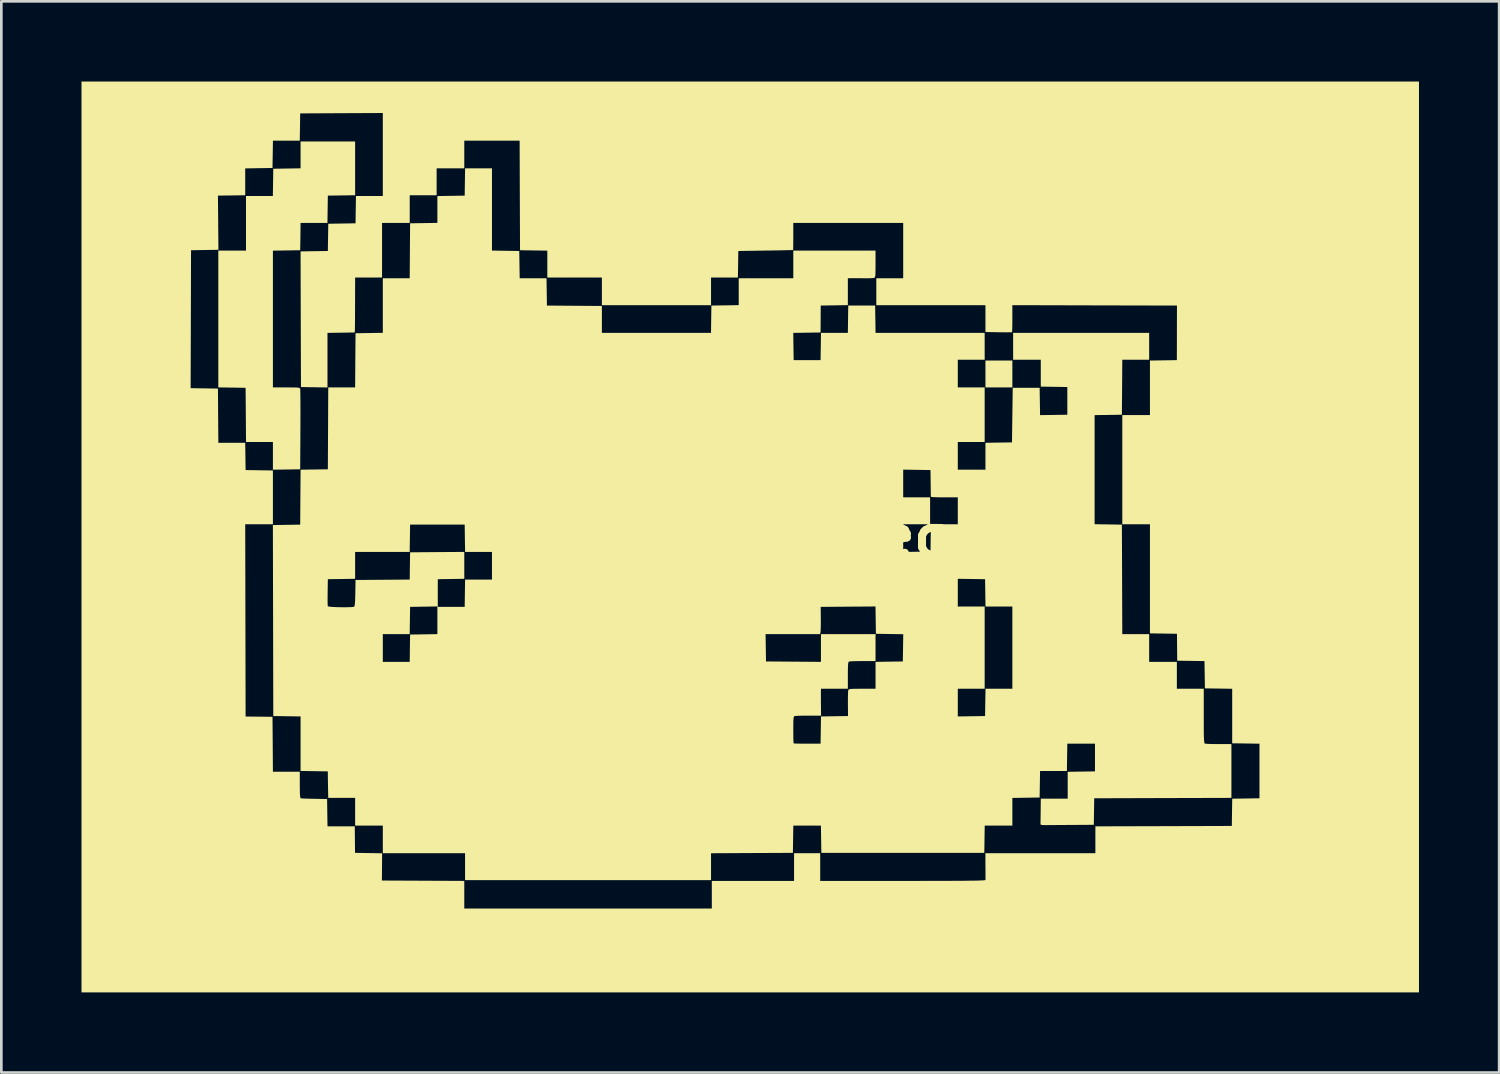
<source format=kicad_pcb>
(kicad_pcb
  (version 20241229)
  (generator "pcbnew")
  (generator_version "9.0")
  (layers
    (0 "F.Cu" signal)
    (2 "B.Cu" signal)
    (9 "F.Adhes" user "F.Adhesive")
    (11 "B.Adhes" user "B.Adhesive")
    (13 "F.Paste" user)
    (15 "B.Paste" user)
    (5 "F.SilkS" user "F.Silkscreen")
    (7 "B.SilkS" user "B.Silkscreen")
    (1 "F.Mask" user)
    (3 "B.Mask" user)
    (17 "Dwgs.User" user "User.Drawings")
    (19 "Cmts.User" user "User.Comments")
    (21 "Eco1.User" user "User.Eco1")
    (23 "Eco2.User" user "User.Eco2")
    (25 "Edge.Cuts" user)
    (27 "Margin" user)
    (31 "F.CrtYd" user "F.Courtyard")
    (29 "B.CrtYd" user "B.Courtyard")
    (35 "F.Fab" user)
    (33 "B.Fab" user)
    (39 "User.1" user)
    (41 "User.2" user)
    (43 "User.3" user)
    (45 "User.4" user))
  (footprint "cat-two-neg"
    (layer "F.Cu")
    (at 25.026 17.029)
    (property "Reference" "cat-two-neg" (at 0 0 0) (layer "F.SilkS") (effects (font (size 1.5 1.5) (thickness 0.3))))
    (attr board_only exclude_from_pos_files exclude_from_bom)
    (fp_poly (pts (xy 9.809 -6.084) (xy 9.809 -5.581) (xy 9.306 -5.581) (xy 8.802 -5.581) (xy 8.802 -6.084) (xy 8.802 -6.587) (xy 9.306 -6.587) (xy 9.809 -6.587)) (stroke (width 0) (type solid)) (fill yes) (layer "F.SilkS"))
    (fp_poly (pts (xy -14.786 -13.779) (xy -14.786 -12.773) (xy -15.296 -12.765) (xy -15.807 -12.758) (xy -15.815 -12.247) (xy -15.822 -11.736) (xy -16.324 -11.736) (xy -16.827 -11.736) (xy -16.834 -11.226) (xy -16.842 -10.715) (xy -17.353 -10.707) (xy -17.863 -10.699) (xy -17.863 -8.14) (xy -17.863 -5.581) (xy -17.361 -5.581) (xy -17.18 -5.58) (xy -17.048 -5.579) (xy -16.958 -5.576) (xy -16.9 -5.569) (xy -16.867 -5.558) (xy -16.851 -5.542) (xy -16.843 -5.52) (xy -16.842 -5.516) (xy -16.839 -5.475) (xy -16.837 -5.382) (xy -16.835 -5.244) (xy -16.833 -5.065) (xy -16.833 -4.851) (xy -16.832 -4.608) (xy -16.833 -4.342) (xy -16.834 -4.059) (xy -16.834 -3.984) (xy -16.842 -2.517) (xy -17.353 -2.509) (xy -17.863 -2.501) (xy -17.863 -3.02) (xy -17.863 -3.538) (xy -18.366 -3.538) (xy -18.869 -3.538) (xy -18.877 -4.552) (xy -18.885 -5.566) (xy -19.395 -5.574) (xy -19.906 -5.582) (xy -19.906 -8.141) (xy -19.906 -10.701) (xy -19.388 -10.701) (xy -18.87 -10.701) (xy -18.87 -11.722) (xy -18.87 -12.743) (xy -18.367 -12.743) (xy -17.865 -12.743) (xy -17.857 -13.254) (xy -17.849 -13.764) (xy -17.338 -13.772) (xy -16.828 -13.78) (xy -16.828 -14.283) (xy -16.828 -14.786) (xy -15.807 -14.786) (xy -14.786 -14.786)) (stroke (width 0) (type solid)) (fill yes) (layer "F.SilkS"))
    (fp_poly (pts (xy 25.026 0.014) (xy 25.026 17.058) (xy 0 17.058) (xy -25.026 17.058) (xy -25.026 0.014) (xy -25.026 -5.553) (xy -20.942 -5.553) (xy -20.431 -5.545) (xy -19.92 -5.537) (xy -19.913 -4.523) (xy -19.905 -3.509) (xy -19.403 -3.509) (xy -18.9 -3.509) (xy -18.892 -2.999) (xy -18.885 -2.488) (xy -18.374 -2.48) (xy -17.863 -2.473) (xy -17.863 -1.466) (xy -17.863 -0.46) (xy -18.381 -0.46) (xy -18.899 -0.46) (xy -18.892 3.137) (xy -18.885 6.735) (xy -18.381 6.74) (xy -17.878 6.746) (xy -17.87 7.774) (xy -17.863 8.802) (xy -17.36 8.802) (xy -16.857 8.802) (xy -16.857 9.292) (xy -16.855 9.484) (xy -16.852 9.625) (xy -16.845 9.72) (xy -16.835 9.774) (xy -16.821 9.795) (xy -16.781 9.8) (xy -16.694 9.804) (xy -16.571 9.809) (xy -16.421 9.813) (xy -16.31 9.815) (xy -15.835 9.823) (xy -15.828 10.334) (xy -15.82 10.845) (xy -15.31 10.845) (xy -14.799 10.845) (xy -14.795 11.341) (xy -14.79 11.837) (xy -14.283 11.845) (xy -13.776 11.853) (xy -13.78 12.363) (xy -13.784 12.873) (xy -12.242 12.88) (xy -10.701 12.887) (xy -10.701 13.405) (xy -10.701 13.922) (xy -6.07 13.922) (xy -1.438 13.922) (xy -1.438 13.405) (xy -1.438 12.887) (xy 0.101 12.887) (xy 1.64 12.887) (xy 1.64 12.369) (xy 1.64 11.851) (xy 2.129 11.851) (xy 2.618 11.851) (xy 2.618 12.369) (xy 2.618 12.887) (xy 5.71 12.887) (xy 6.217 12.887) (xy 6.669 12.886) (xy 7.068 12.886) (xy 7.419 12.885) (xy 7.723 12.883) (xy 7.982 12.882) (xy 8.201 12.879) (xy 8.381 12.877) (xy 8.525 12.874) (xy 8.636 12.87) (xy 8.716 12.866) (xy 8.769 12.861) (xy 8.797 12.856) (xy 8.804 12.851) (xy 8.804 12.811) (xy 8.804 12.725) (xy 8.803 12.601) (xy 8.803 12.451) (xy 8.802 12.333) (xy 8.8 11.851) (xy 10.858 11.851) (xy 12.916 11.851) (xy 12.916 11.348) (xy 12.916 10.845) (xy 15.469 10.838) (xy 18.022 10.83) (xy 18.029 10.32) (xy 18.037 9.81) (xy 18.547 9.803) (xy 19.057 9.795) (xy 19.057 8.774) (xy 19.057 7.752) (xy 18.547 7.744) (xy 18.036 7.737) (xy 18.036 6.717) (xy 18.036 5.697) (xy 17.525 5.689) (xy 17.015 5.681) (xy 17.007 5.171) (xy 16.999 4.661) (xy 16.489 4.653) (xy 15.979 4.646) (xy 15.974 4.142) (xy 15.969 3.639) (xy 15.463 3.631) (xy 14.958 3.623) (xy 14.958 1.581) (xy 14.958 -0.46) (xy 14.44 -0.46) (xy 13.923 -0.46) (xy 13.923 -2.503) (xy 13.923 -4.545) (xy 14.44 -4.545) (xy 14.958 -4.545) (xy 14.958 -5.565) (xy 14.958 -6.586) (xy 15.462 -6.594) (xy 15.965 -6.602) (xy 15.967 -7.623) (xy 15.969 -8.644) (xy 12.889 -8.651) (xy 9.809 -8.659) (xy 9.809 -8.16) (xy 9.808 -7.997) (xy 9.807 -7.855) (xy 9.804 -7.743) (xy 9.8 -7.671) (xy 9.797 -7.649) (xy 9.766 -7.646) (xy 9.687 -7.644) (xy 9.569 -7.643) (xy 9.423 -7.644) (xy 9.294 -7.646) (xy 8.802 -7.654) (xy 8.802 -8.156) (xy 8.802 -8.658) (xy 6.76 -8.658) (xy 4.718 -8.658) (xy 4.718 -9.162) (xy 4.718 -9.665) (xy 5.221 -9.665) (xy 5.724 -9.665) (xy 5.724 -10.701) (xy 5.724 -11.736) (xy 3.668 -11.736) (xy 1.611 -11.736) (xy 1.611 -11.233) (xy 1.61 -11.069) (xy 1.609 -10.927) (xy 1.608 -10.816) (xy 1.606 -10.745) (xy 1.604 -10.723) (xy 1.574 -10.721) (xy 1.494 -10.719) (xy 1.369 -10.716) (xy 1.206 -10.712) (xy 1.012 -10.709) (xy 0.793 -10.705) (xy 0.575 -10.702) (xy -0.446 -10.686) (xy -0.454 -10.19) (xy -0.462 -9.694) (xy -0.964 -9.694) (xy -1.467 -9.694) (xy -1.467 -9.176) (xy -1.467 -8.658) (xy -3.509 -8.658) (xy -5.552 -8.658) (xy -5.552 -9.176) (xy -5.552 -9.694) (xy -6.573 -9.694) (xy -7.594 -9.694) (xy -7.594 -10.197) (xy -7.594 -10.699) (xy -8.105 -10.707) (xy -8.615 -10.715) (xy -8.623 -12.765) (xy -8.63 -14.814) (xy -9.665 -14.814) (xy -10.701 -14.814) (xy -10.701 -14.296) (xy -10.701 -13.779) (xy -11.219 -13.779) (xy -11.736 -13.779) (xy -11.736 -13.275) (xy -11.736 -12.772) (xy -12.24 -12.772) (xy -12.743 -12.772) (xy -12.743 -12.254) (xy -12.743 -11.736) (xy -13.261 -11.736) (xy -13.779 -11.736) (xy -13.779 -10.715) (xy -13.779 -9.694) (xy -14.282 -9.694) (xy -14.786 -9.694) (xy -14.788 -8.738) (xy -14.789 -8.506) (xy -14.79 -8.289) (xy -14.791 -8.097) (xy -14.792 -7.935) (xy -14.794 -7.811) (xy -14.795 -7.732) (xy -14.796 -7.709) (xy -14.8 -7.637) (xy -15.31 -7.629) (xy -15.821 -7.622) (xy -15.821 -6.6) (xy -15.821 -5.579) (xy -16.317 -5.587) (xy -16.813 -5.595) (xy -16.821 -8.133) (xy -16.828 -10.671) (xy -16.317 -10.679) (xy -15.807 -10.686) (xy -15.799 -11.196) (xy -15.791 -11.706) (xy -15.281 -11.714) (xy -14.771 -11.722) (xy -14.763 -12.233) (xy -14.755 -12.743) (xy -14.253 -12.743) (xy -13.75 -12.743) (xy -13.75 -14.297) (xy -13.75 -15.85) (xy -15.296 -15.843) (xy -16.842 -15.835) (xy -16.85 -15.325) (xy -16.858 -14.814) (xy -17.36 -14.814) (xy -17.862 -14.814) (xy -17.87 -14.304) (xy -17.878 -13.793) (xy -18.388 -13.785) (xy -18.899 -13.777) (xy -18.899 -13.275) (xy -18.899 -12.773) (xy -19.41 -12.765) (xy -19.92 -12.758) (xy -19.911 -11.744) (xy -19.902 -10.731) (xy -20.414 -10.723) (xy -20.927 -10.715) (xy -20.934 -8.134) (xy -20.942 -5.553) (xy -25.026 -5.553) (xy -25.026 -17.029) (xy 0 -17.029) (xy 25.026 -17.029)) (stroke (width 0) (type solid)) (fill yes) (layer "F.SilkS"))
    (fp_poly (pts (xy -9.665 -12.24) (xy -9.665 -10.702) (xy -9.155 -10.694) (xy -8.644 -10.686) (xy -8.636 -10.176) (xy -8.628 -9.665) (xy -8.126 -9.665) (xy -7.624 -9.665) (xy -7.616 -9.155) (xy -7.608 -8.644) (xy -6.58 -8.636) (xy -5.552 -8.629) (xy -5.552 -8.126) (xy -5.552 -7.623) (xy -3.51 -7.623) (xy -1.468 -7.623) (xy -1.461 -8.133) (xy -1.453 -8.644) (xy -0.942 -8.652) (xy -0.431 -8.66) (xy -0.431 -9.162) (xy -0.431 -9.665) (xy 0.59 -9.665) (xy 1.611 -9.665) (xy 1.611 -10.183) (xy 1.611 -10.701) (xy 3.15 -10.701) (xy 4.689 -10.701) (xy 4.689 -10.199) (xy 4.688 -10.018) (xy 4.687 -9.887) (xy 4.683 -9.796) (xy 4.676 -9.738) (xy 4.665 -9.705) (xy 4.65 -9.688) (xy 4.629 -9.679) (xy 4.578 -9.672) (xy 4.483 -9.667) (xy 4.358 -9.665) (xy 4.234 -9.666) (xy 4.087 -9.668) (xy 3.948 -9.669) (xy 3.835 -9.669) (xy 3.775 -9.668) (xy 3.653 -9.665) (xy 3.653 -9.162) (xy 3.653 -8.66) (xy 3.146 -8.652) (xy 2.638 -8.644) (xy 2.635 -8.141) (xy 2.632 -7.637) (xy 2.121 -7.629) (xy 1.61 -7.622) (xy 1.617 -7.112) (xy 1.625 -6.602) (xy 2.129 -6.602) (xy 2.632 -6.602) (xy 2.64 -7.112) (xy 2.648 -7.623) (xy 3.15 -7.623) (xy 3.653 -7.623) (xy 3.654 -7.716) (xy 3.655 -7.779) (xy 3.657 -7.885) (xy 3.659 -8.022) (xy 3.661 -8.177) (xy 3.661 -8.227) (xy 3.668 -8.644) (xy 4.171 -8.644) (xy 4.674 -8.644) (xy 4.682 -8.133) (xy 4.69 -7.623) (xy 6.732 -7.623) (xy 8.773 -7.623) (xy 8.773 -7.119) (xy 8.773 -6.616) (xy 8.27 -6.616) (xy 7.767 -6.616) (xy 7.767 -6.098) (xy 7.767 -5.581) (xy 8.27 -5.581) (xy 8.773 -5.581) (xy 8.773 -4.559) (xy 8.773 -3.538) (xy 8.27 -3.538) (xy 7.767 -3.538) (xy 7.767 -3.02) (xy 7.767 -2.503) (xy 8.284 -2.503) (xy 8.802 -2.503) (xy 8.802 -3.005) (xy 8.802 -3.508) (xy 9.298 -3.516) (xy 9.795 -3.524) (xy 9.809 -4.545) (xy 9.823 -5.566) (xy 10.327 -5.566) (xy 10.83 -5.566) (xy 10.838 -5.055) (xy 10.846 -4.544) (xy 11.356 -4.551) (xy 11.866 -4.559) (xy 11.866 -5.077) (xy 11.866 -5.595) (xy 11.37 -5.603) (xy 10.873 -5.611) (xy 10.873 -6.113) (xy 10.873 -6.616) (xy 10.356 -6.616) (xy 9.838 -6.616) (xy 9.838 -7.119) (xy 9.838 -7.623) (xy 12.384 -7.623) (xy 14.929 -7.623) (xy 14.929 -7.119) (xy 14.929 -6.616) (xy 14.426 -6.616) (xy 13.923 -6.616) (xy 13.916 -5.588) (xy 13.908 -4.559) (xy 13.398 -4.551) (xy 12.887 -4.544) (xy 12.887 -2.503) (xy 12.887 -0.462) (xy 13.398 -0.454) (xy 13.908 -0.446) (xy 13.916 1.604) (xy 13.923 3.653) (xy 14.426 3.653) (xy 14.929 3.653) (xy 14.929 4.171) (xy 14.929 4.689) (xy 15.447 4.689) (xy 15.965 4.689) (xy 15.965 5.192) (xy 15.965 5.696) (xy 16.468 5.696) (xy 16.972 5.696) (xy 16.972 6.714) (xy 16.972 6.985) (xy 16.973 7.205) (xy 16.974 7.378) (xy 16.977 7.51) (xy 16.982 7.606) (xy 16.987 7.673) (xy 16.995 7.715) (xy 17.005 7.739) (xy 17.017 7.749) (xy 17.017 7.749) (xy 17.06 7.755) (xy 17.15 7.76) (xy 17.276 7.764) (xy 17.427 7.766) (xy 17.535 7.767) (xy 18.007 7.767) (xy 18.007 8.773) (xy 18.007 9.78) (xy 15.44 9.787) (xy 12.873 9.795) (xy 12.865 10.291) (xy 12.857 10.787) (xy 12.088 10.792) (xy 11.869 10.793) (xy 11.656 10.795) (xy 11.459 10.796) (xy 11.29 10.797) (xy 11.159 10.798) (xy 11.089 10.799) (xy 10.974 10.798) (xy 10.905 10.793) (xy 10.871 10.78) (xy 10.861 10.758) (xy 10.861 10.751) (xy 10.863 10.706) (xy 10.864 10.614) (xy 10.866 10.488) (xy 10.868 10.338) (xy 10.869 10.255) (xy 10.873 9.809) (xy 11.377 9.809) (xy 11.88 9.809) (xy 11.88 9.306) (xy 11.88 8.804) (xy 12.391 8.796) (xy 12.901 8.788) (xy 12.901 8.27) (xy 12.901 7.752) (xy 12.384 7.752) (xy 11.866 7.752) (xy 11.858 8.263) (xy 11.85 8.774) (xy 11.348 8.774) (xy 10.846 8.774) (xy 10.838 9.27) (xy 10.83 9.766) (xy 10.32 9.774) (xy 9.809 9.782) (xy 9.809 10.299) (xy 9.809 10.816) (xy 9.292 10.816) (xy 8.775 10.816) (xy 8.767 11.326) (xy 8.759 11.837) (xy 5.71 11.837) (xy 2.661 11.837) (xy 2.653 11.326) (xy 2.645 10.816) (xy 2.129 10.816) (xy 1.612 10.816) (xy 1.604 11.326) (xy 1.596 11.837) (xy 0.065 11.844) (xy -1.467 11.852) (xy -1.467 12.355) (xy -1.467 12.858) (xy -6.07 12.858) (xy -10.672 12.858) (xy -10.672 12.355) (xy -10.672 11.851) (xy -12.211 11.851) (xy -13.75 11.851) (xy -13.75 11.334) (xy -13.75 10.816) (xy -14.268 10.816) (xy -14.786 10.816) (xy -14.786 10.298) (xy -14.786 9.78) (xy -15.289 9.78) (xy -15.792 9.78) (xy -15.799 9.457) (xy -15.802 9.304) (xy -15.804 9.153) (xy -15.806 9.023) (xy -15.807 8.96) (xy -15.808 8.788) (xy -16.318 8.78) (xy -16.828 8.772) (xy -16.828 7.752) (xy -16.828 6.732) (xy -17.338 6.725) (xy -17.849 6.717) (xy -17.853 4.689) (xy -13.75 4.689) (xy -13.247 4.689) (xy -12.744 4.689) (xy -12.737 4.178) (xy -12.729 3.668) (xy -12.218 3.66) (xy -11.794 3.653) (xy 0.574 3.653) (xy 0.582 4.164) (xy 0.59 4.674) (xy 1.618 4.682) (xy 2.646 4.69) (xy 2.646 4.171) (xy 2.646 3.653) (xy 3.668 3.653) (xy 4.689 3.653) (xy 4.689 4.157) (xy 4.689 4.66) (xy 4.217 4.66) (xy 4.055 4.661) (xy 3.911 4.664) (xy 3.796 4.668) (xy 3.721 4.674) (xy 3.699 4.677) (xy 3.682 4.691) (xy 3.67 4.722) (xy 3.662 4.777) (xy 3.657 4.866) (xy 3.654 4.996) (xy 3.653 5.175) (xy 3.653 5.195) (xy 3.653 5.696) (xy 3.15 5.696) (xy 2.646 5.696) (xy 2.644 5.818) (xy 2.644 5.893) (xy 2.644 6.011) (xy 2.645 6.155) (xy 2.646 6.309) (xy 2.646 6.321) (xy 2.65 6.702) (xy 2.176 6.702) (xy 2.014 6.703) (xy 1.87 6.706) (xy 1.755 6.71) (xy 1.679 6.716) (xy 1.656 6.72) (xy 1.64 6.733) (xy 1.627 6.764) (xy 1.619 6.82) (xy 1.614 6.909) (xy 1.612 7.04) (xy 1.611 7.219) (xy 1.611 7.233) (xy 1.612 7.396) (xy 1.613 7.537) (xy 1.616 7.648) (xy 1.62 7.719) (xy 1.623 7.74) (xy 1.654 7.744) (xy 1.734 7.748) (xy 1.851 7.75) (xy 1.998 7.752) (xy 2.134 7.752) (xy 2.632 7.752) (xy 2.64 7.242) (xy 2.648 6.732) (xy 3.153 6.725) (xy 3.659 6.717) (xy 3.655 6.255) (xy 3.655 6.094) (xy 3.657 5.952) (xy 3.66 5.838) (xy 3.666 5.765) (xy 3.669 5.744) (xy 3.682 5.726) (xy 3.709 5.714) (xy 3.758 5.705) (xy 3.838 5.699) (xy 3.957 5.697) (xy 4.123 5.696) (xy 4.188 5.696) (xy 4.689 5.696) (xy 4.689 5.193) (xy 4.689 4.69) (xy 5.199 4.682) (xy 5.71 4.674) (xy 5.718 4.164) (xy 5.726 3.655) (xy 5.214 3.647) (xy 4.703 3.639) (xy 4.695 3.128) (xy 4.687 2.617) (xy 3.662 2.624) (xy 2.637 2.632) (xy 2.641 3.075) (xy 2.642 3.234) (xy 2.64 3.377) (xy 2.636 3.492) (xy 2.631 3.567) (xy 2.628 3.586) (xy 2.611 3.653) (xy 1.593 3.653) (xy 0.574 3.653) (xy -11.794 3.653) (xy -11.708 3.652) (xy -11.708 3.134) (xy -11.708 2.616) (xy -12.218 2.624) (xy -12.729 2.632) (xy -12.737 3.143) (xy -12.744 3.653) (xy -13.247 3.653) (xy -13.75 3.653) (xy -13.75 4.171) (xy -13.75 4.689) (xy -17.853 4.689) (xy -17.856 3.143) (xy -17.858 2.392) (xy -15.817 2.392) (xy -15.815 2.507) (xy -15.812 2.583) (xy -15.809 2.607) (xy -15.777 2.619) (xy -15.7 2.629) (xy -15.588 2.637) (xy -15.454 2.642) (xy -15.308 2.645) (xy -15.163 2.646) (xy -15.03 2.644) (xy -14.92 2.639) (xy -14.846 2.631) (xy -14.822 2.623) (xy -14.807 2.593) (xy -14.796 2.52) (xy -14.787 2.399) (xy -14.781 2.228) (xy -14.779 2.113) (xy -14.771 1.625) (xy -13.758 1.618) (xy -12.744 1.61) (xy -12.737 1.1) (xy -12.729 0.59) (xy -11.715 0.582) (xy -10.701 0.575) (xy -10.701 1.078) (xy -10.701 1.581) (xy -11.197 1.589) (xy -11.693 1.596) (xy -11.693 2.114) (xy -11.693 2.632) (xy -11.19 2.632) (xy -10.686 2.632) (xy -10.679 2.121) (xy -10.671 1.611) (xy -10.168 1.611) (xy -9.665 1.611) (xy -9.665 1.581) (xy 7.767 1.581) (xy 7.767 2.099) (xy 7.767 2.618) (xy 8.27 2.618) (xy 8.773 2.618) (xy 8.773 4.157) (xy 8.773 5.696) (xy 8.27 5.696) (xy 7.767 5.696) (xy 7.767 6.214) (xy 7.767 6.732) (xy 8.277 6.725) (xy 8.788 6.717) (xy 8.796 6.206) (xy 8.804 5.696) (xy 9.306 5.696) (xy 9.809 5.696) (xy 9.809 4.157) (xy 9.809 2.618) (xy 9.306 2.618) (xy 8.804 2.618) (xy 8.796 2.107) (xy 8.788 1.596) (xy 8.277 1.589) (xy 7.767 1.581) (xy -9.665 1.581) (xy -9.665 1.093) (xy -9.665 0.575) (xy -10.168 0.575) (xy -10.671 0.575) (xy -10.679 0.065) (xy -10.686 -0.446) (xy -11.708 -0.446) (xy -12.729 -0.446) (xy -12.737 0.065) (xy -12.744 0.575) (xy -13.765 0.575) (xy -14.786 0.575) (xy -14.786 1.078) (xy -14.786 1.581) (xy -15.296 1.589) (xy -15.807 1.596) (xy -15.815 2.084) (xy -15.816 2.248) (xy -15.817 2.392) (xy -17.858 2.392) (xy -17.864 -0.43) (xy -17.353 -0.438) (xy -16.842 -0.446) (xy -16.835 -1.474) (xy -16.827 -2.501) (xy -16.655 -2.504) (xy 5.724 -2.504) (xy 5.724 -1.985) (xy 5.724 -1.467) (xy 6.228 -1.467) (xy 6.731 -1.467) (xy 6.731 -0.964) (xy 6.731 -0.46) (xy 6.228 -0.46) (xy 5.724 -0.46) (xy 5.724 0.058) (xy 5.724 0.577) (xy 6.235 0.569) (xy 6.746 0.561) (xy 6.753 0.05) (xy 6.761 -0.46) (xy 7.264 -0.46) (xy 7.767 -0.46) (xy 7.767 -0.964) (xy 7.767 -1.467) (xy 7.263 -1.467) (xy 7.1 -1.468) (xy 6.959 -1.471) (xy 6.849 -1.476) (xy 6.779 -1.483) (xy 6.759 -1.489) (xy 6.758 -1.523) (xy 6.757 -1.605) (xy 6.755 -1.725) (xy 6.753 -1.873) (xy 6.752 -1.999) (xy 6.746 -2.488) (xy 6.235 -2.496) (xy 5.724 -2.504) (xy -16.655 -2.504) (xy -16.317 -2.509) (xy -15.807 -2.517) (xy -15.799 -4.049) (xy -15.792 -5.581) (xy -15.289 -5.581) (xy -14.786 -5.581) (xy -14.779 -6.595) (xy -14.771 -7.608) (xy -14.261 -7.616) (xy -13.75 -7.624) (xy -13.75 -8.645) (xy -13.75 -9.665) (xy -13.247 -9.665) (xy -12.744 -9.665) (xy -12.736 -10.694) (xy -12.729 -11.722) (xy -12.218 -11.73) (xy -11.708 -11.738) (xy -11.708 -12.24) (xy -11.708 -12.742) (xy -11.197 -12.75) (xy -10.686 -12.758) (xy -10.679 -13.268) (xy -10.671 -13.779) (xy -10.168 -13.779) (xy -9.665 -13.779)) (stroke (width 0) (type solid)) (fill yes) (layer "F.SilkS")))
  (gr_rect
    (start -3 -3)
    (end 53.052 37.087)
    (stroke (width 0.1) (type default))
    (fill no)
    (layer "Edge.Cuts")))
</source>
